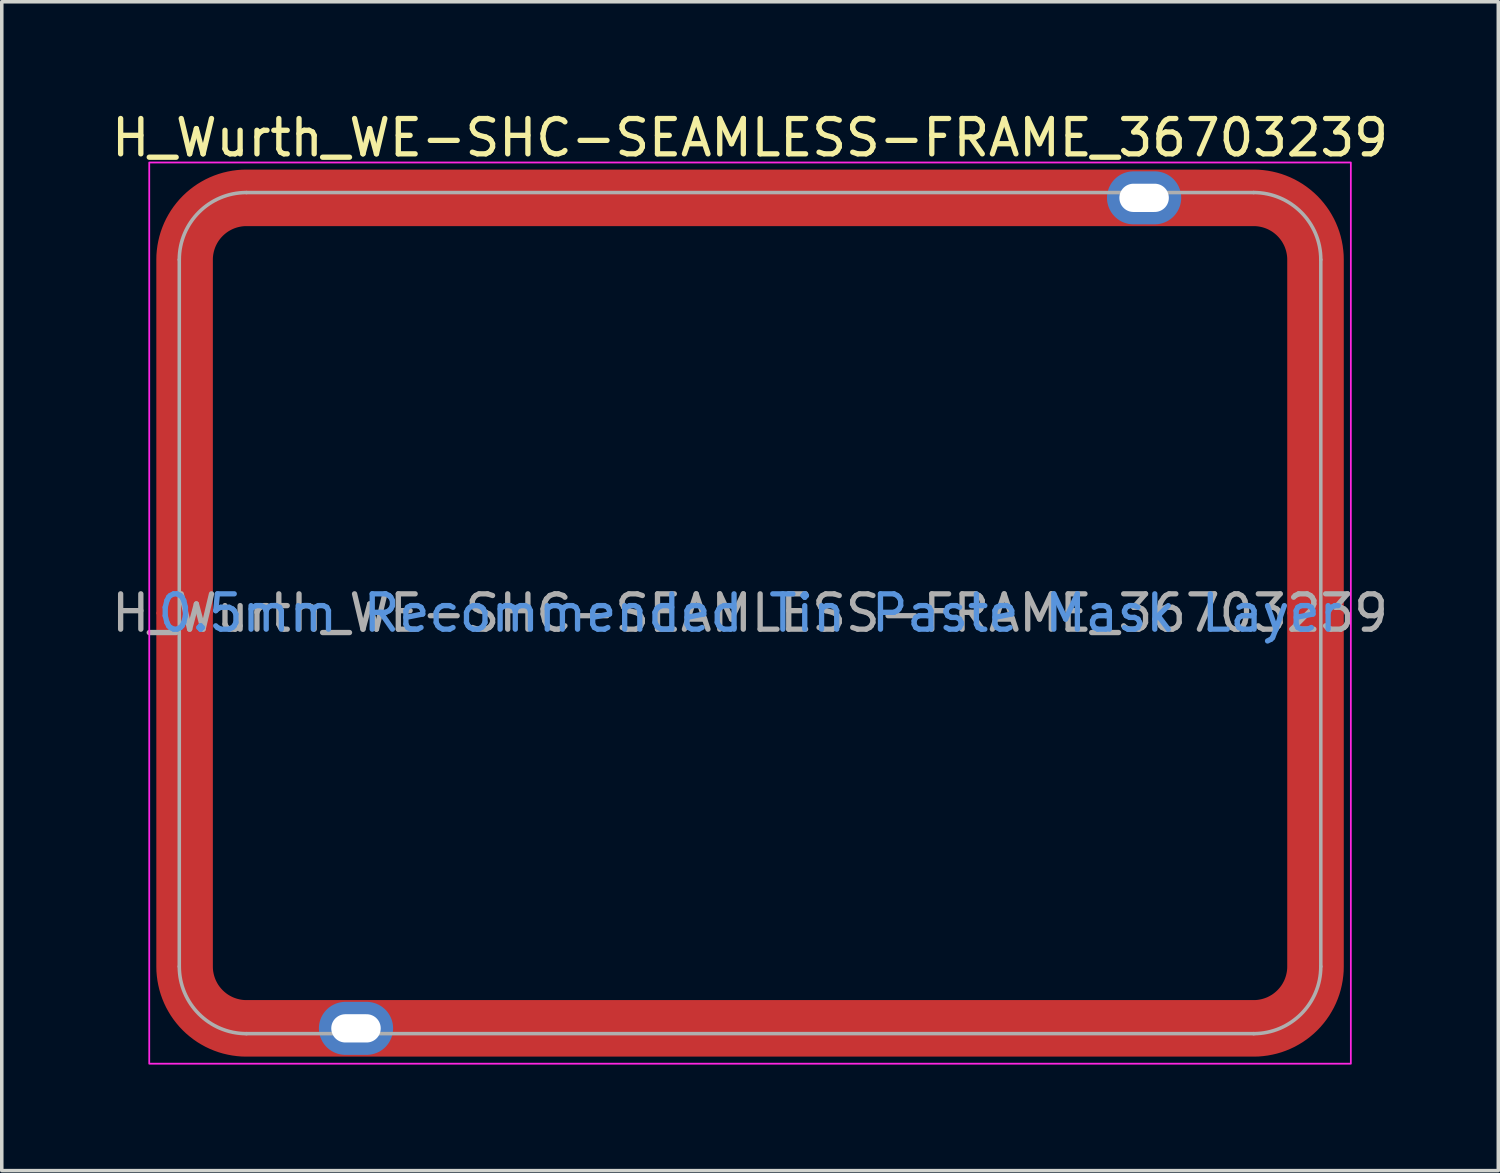
<source format=kicad_pcb>
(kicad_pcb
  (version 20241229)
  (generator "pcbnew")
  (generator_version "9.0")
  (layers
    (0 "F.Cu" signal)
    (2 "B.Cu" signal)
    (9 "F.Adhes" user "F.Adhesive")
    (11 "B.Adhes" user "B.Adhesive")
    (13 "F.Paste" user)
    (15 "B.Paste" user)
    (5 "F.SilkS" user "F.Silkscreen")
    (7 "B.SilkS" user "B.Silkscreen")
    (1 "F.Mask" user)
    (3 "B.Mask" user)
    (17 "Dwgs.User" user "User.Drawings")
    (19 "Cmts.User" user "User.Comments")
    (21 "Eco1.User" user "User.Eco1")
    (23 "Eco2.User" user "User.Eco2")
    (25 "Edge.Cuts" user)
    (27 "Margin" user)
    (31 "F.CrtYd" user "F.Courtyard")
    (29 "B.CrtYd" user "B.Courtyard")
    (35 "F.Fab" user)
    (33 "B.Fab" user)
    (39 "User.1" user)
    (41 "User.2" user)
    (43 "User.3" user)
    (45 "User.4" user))
  (footprint "H_Wurth_WE-SHC-SEAMLESS-FRAME_36703239"
    (layer "F.Cu")
    (at 18.173 14.298)
    (property "Reference" "H_Wurth_WE-SHC-SEAMLESS-FRAME_36703239" (at 0 -13.45 0) (unlocked yes) (layer "F.SilkS") (effects (font (size 1 1) (thickness 0.15))))
    (attr smd)
    (fp_poly (pts (xy -15.25 0.004) (xy -16.75 0.004) (xy -16.75 -10) (xy -16.747 -10.131) (xy -16.736 -10.261) (xy -16.719 -10.391) (xy -16.695 -10.52) (xy -16.665 -10.647) (xy -16.628 -10.773) (xy -16.584 -10.896) (xy -16.534 -11.017) (xy -16.478 -11.135) (xy -16.415 -11.25) (xy -16.347 -11.362) (xy -16.273 -11.469) (xy -16.193 -11.573) (xy -16.108 -11.673) (xy -16.018 -11.768) (xy -15.923 -11.858) (xy -15.823 -11.943) (xy -15.719 -12.023) (xy -15.612 -12.097) (xy -15.5 -12.165) (xy -15.385 -12.228) (xy -15.267 -12.284) (xy -15.146 -12.334) (xy -15.023 -12.378) (xy -14.897 -12.415) (xy -14.77 -12.445) (xy -14.641 -12.469) (xy -14.511 -12.486) (xy -14.381 -12.497) (xy -14.25 -12.5) (xy 14.25 -12.5) (xy 14.381 -12.497) (xy 14.511 -12.486) (xy 14.641 -12.469) (xy 14.77 -12.445) (xy 14.897 -12.415) (xy 15.023 -12.378) (xy 15.146 -12.334) (xy 15.267 -12.284) (xy 15.385 -12.228) (xy 15.5 -12.165) (xy 15.612 -12.097) (xy 15.719 -12.023) (xy 15.823 -11.943) (xy 15.923 -11.858) (xy 16.018 -11.768) (xy 16.108 -11.673) (xy 16.193 -11.573) (xy 16.273 -11.469) (xy 16.347 -11.362) (xy 16.415 -11.25) (xy 16.478 -11.135) (xy 16.534 -11.017) (xy 16.584 -10.896) (xy 16.628 -10.773) (xy 16.665 -10.647) (xy 16.695 -10.52) (xy 16.719 -10.391) (xy 16.736 -10.261) (xy 16.747 -10.131) (xy 16.75 -10) (xy 16.75 0.004) (xy 15.25 0.004) (xy 15.25 -10) (xy 15.249 -10.052) (xy 15.245 -10.105) (xy 15.238 -10.156) (xy 15.228 -10.208) (xy 15.216 -10.259) (xy 15.201 -10.309) (xy 15.184 -10.358) (xy 15.164 -10.407) (xy 15.141 -10.454) (xy 15.116 -10.5) (xy 15.089 -10.545) (xy 15.059 -10.588) (xy 15.027 -10.629) (xy 14.993 -10.669) (xy 14.957 -10.707) (xy 14.919 -10.743) (xy 14.879 -10.777) (xy 14.838 -10.809) (xy 14.795 -10.839) (xy 14.75 -10.866) (xy 14.704 -10.891) (xy 14.657 -10.914) (xy 14.608 -10.934) (xy 14.559 -10.951) (xy 14.509 -10.966) (xy 14.458 -10.978) (xy 14.406 -10.988) (xy 14.355 -10.995) (xy 14.302 -10.999) (xy 14.25 -11) (xy -14.25 -11) (xy -14.302 -10.999) (xy -14.355 -10.995) (xy -14.406 -10.988) (xy -14.458 -10.978) (xy -14.509 -10.966) (xy -14.559 -10.951) (xy -14.608 -10.934) (xy -14.657 -10.914) (xy -14.704 -10.891) (xy -14.75 -10.866) (xy -14.795 -10.839) (xy -14.838 -10.809) (xy -14.879 -10.777) (xy -14.919 -10.743) (xy -14.957 -10.707) (xy -14.993 -10.669) (xy -15.027 -10.629) (xy -15.059 -10.588) (xy -15.089 -10.545) (xy -15.116 -10.5) (xy -15.141 -10.454) (xy -15.164 -10.407) (xy -15.184 -10.358) (xy -15.201 -10.309) (xy -15.216 -10.259) (xy -15.228 -10.208) (xy -15.238 -10.156) (xy -15.245 -10.105) (xy -15.249 -10.052) (xy -15.25 -10) (xy -15.25 -0.25)) (stroke (width 0.1) (type solid)) (fill yes) (layer "F.Cu"))
    (fp_poly (pts (xy 15.25 -0.004) (xy 16.75 -0.004) (xy 16.75 10) (xy 16.747 10.131) (xy 16.736 10.261) (xy 16.719 10.391) (xy 16.695 10.52) (xy 16.665 10.647) (xy 16.628 10.773) (xy 16.584 10.896) (xy 16.534 11.017) (xy 16.478 11.135) (xy 16.415 11.25) (xy 16.347 11.362) (xy 16.273 11.469) (xy 16.193 11.573) (xy 16.108 11.673) (xy 16.018 11.768) (xy 15.923 11.858) (xy 15.823 11.943) (xy 15.719 12.023) (xy 15.612 12.097) (xy 15.5 12.165) (xy 15.385 12.228) (xy 15.267 12.284) (xy 15.146 12.334) (xy 15.023 12.378) (xy 14.897 12.415) (xy 14.77 12.445) (xy 14.641 12.469) (xy 14.511 12.486) (xy 14.381 12.497) (xy 14.25 12.5) (xy -14.25 12.5) (xy -14.381 12.497) (xy -14.511 12.486) (xy -14.641 12.469) (xy -14.77 12.445) (xy -14.897 12.415) (xy -15.023 12.378) (xy -15.146 12.334) (xy -15.267 12.284) (xy -15.385 12.228) (xy -15.5 12.165) (xy -15.612 12.097) (xy -15.719 12.023) (xy -15.823 11.943) (xy -15.923 11.858) (xy -16.018 11.768) (xy -16.108 11.673) (xy -16.193 11.573) (xy -16.273 11.469) (xy -16.347 11.362) (xy -16.415 11.25) (xy -16.478 11.135) (xy -16.534 11.017) (xy -16.584 10.896) (xy -16.628 10.773) (xy -16.665 10.647) (xy -16.695 10.52) (xy -16.719 10.391) (xy -16.736 10.261) (xy -16.747 10.131) (xy -16.75 10) (xy -16.75 -0.004) (xy -15.25 -0.004) (xy -15.25 10) (xy -15.249 10.052) (xy -15.245 10.105) (xy -15.238 10.156) (xy -15.228 10.208) (xy -15.216 10.259) (xy -15.201 10.309) (xy -15.184 10.358) (xy -15.164 10.407) (xy -15.141 10.454) (xy -15.116 10.5) (xy -15.089 10.545) (xy -15.059 10.588) (xy -15.027 10.629) (xy -14.993 10.669) (xy -14.957 10.707) (xy -14.919 10.743) (xy -14.879 10.777) (xy -14.838 10.809) (xy -14.795 10.839) (xy -14.75 10.866) (xy -14.704 10.891) (xy -14.657 10.914) (xy -14.608 10.934) (xy -14.559 10.951) (xy -14.509 10.966) (xy -14.458 10.978) (xy -14.406 10.988) (xy -14.355 10.995) (xy -14.302 10.999) (xy -14.25 11) (xy 14.25 11) (xy 14.302 10.999) (xy 14.355 10.995) (xy 14.406 10.988) (xy 14.458 10.978) (xy 14.509 10.966) (xy 14.559 10.951) (xy 14.608 10.934) (xy 14.657 10.914) (xy 14.704 10.891) (xy 14.75 10.866) (xy 14.795 10.839) (xy 14.838 10.809) (xy 14.879 10.777) (xy 14.919 10.743) (xy 14.957 10.707) (xy 14.993 10.669) (xy 15.027 10.629) (xy 15.059 10.588) (xy 15.089 10.545) (xy 15.116 10.5) (xy 15.141 10.454) (xy 15.164 10.407) (xy 15.184 10.358) (xy 15.201 10.309) (xy 15.216 10.259) (xy 15.228 10.208) (xy 15.238 10.156) (xy 15.245 10.105) (xy 15.249 10.052) (xy 15.25 10) (xy 15.25 0.25)) (stroke (width 0.1) (type solid)) (fill yes) (layer "F.Cu"))
    (fp_poly (pts (xy -15.25 0.004) (xy -16.75 0.004) (xy -16.75 -10) (xy -16.747 -10.131) (xy -16.736 -10.261) (xy -16.719 -10.391) (xy -16.695 -10.52) (xy -16.665 -10.647) (xy -16.628 -10.773) (xy -16.584 -10.896) (xy -16.534 -11.017) (xy -16.478 -11.135) (xy -16.415 -11.25) (xy -16.347 -11.362) (xy -16.273 -11.469) (xy -16.193 -11.573) (xy -16.108 -11.673) (xy -16.018 -11.768) (xy -15.923 -11.858) (xy -15.823 -11.943) (xy -15.719 -12.023) (xy -15.612 -12.097) (xy -15.5 -12.165) (xy -15.385 -12.228) (xy -15.267 -12.284) (xy -15.146 -12.334) (xy -15.023 -12.378) (xy -14.897 -12.415) (xy -14.77 -12.445) (xy -14.641 -12.469) (xy -14.511 -12.486) (xy -14.381 -12.497) (xy -14.25 -12.5) (xy 14.25 -12.5) (xy 14.381 -12.497) (xy 14.511 -12.486) (xy 14.641 -12.469) (xy 14.77 -12.445) (xy 14.897 -12.415) (xy 15.023 -12.378) (xy 15.146 -12.334) (xy 15.267 -12.284) (xy 15.385 -12.228) (xy 15.5 -12.165) (xy 15.612 -12.097) (xy 15.719 -12.023) (xy 15.823 -11.943) (xy 15.923 -11.858) (xy 16.018 -11.768) (xy 16.108 -11.673) (xy 16.193 -11.573) (xy 16.273 -11.469) (xy 16.347 -11.362) (xy 16.415 -11.25) (xy 16.478 -11.135) (xy 16.534 -11.017) (xy 16.584 -10.896) (xy 16.628 -10.773) (xy 16.665 -10.647) (xy 16.695 -10.52) (xy 16.719 -10.391) (xy 16.736 -10.261) (xy 16.747 -10.131) (xy 16.75 -10) (xy 16.75 0.004) (xy 15.25 0.004) (xy 15.25 -10) (xy 15.249 -10.052) (xy 15.245 -10.105) (xy 15.238 -10.156) (xy 15.228 -10.208) (xy 15.216 -10.259) (xy 15.201 -10.309) (xy 15.184 -10.358) (xy 15.164 -10.407) (xy 15.141 -10.454) (xy 15.116 -10.5) (xy 15.089 -10.545) (xy 15.059 -10.588) (xy 15.027 -10.629) (xy 14.993 -10.669) (xy 14.957 -10.707) (xy 14.919 -10.743) (xy 14.879 -10.777) (xy 14.838 -10.809) (xy 14.795 -10.839) (xy 14.75 -10.866) (xy 14.704 -10.891) (xy 14.657 -10.914) (xy 14.608 -10.934) (xy 14.559 -10.951) (xy 14.509 -10.966) (xy 14.458 -10.978) (xy 14.406 -10.988) (xy 14.355 -10.995) (xy 14.302 -10.999) (xy 14.25 -11) (xy -14.25 -11) (xy -14.302 -10.999) (xy -14.355 -10.995) (xy -14.406 -10.988) (xy -14.458 -10.978) (xy -14.509 -10.966) (xy -14.559 -10.951) (xy -14.608 -10.934) (xy -14.657 -10.914) (xy -14.704 -10.891) (xy -14.75 -10.866) (xy -14.795 -10.839) (xy -14.838 -10.809) (xy -14.879 -10.777) (xy -14.919 -10.743) (xy -14.957 -10.707) (xy -14.993 -10.669) (xy -15.027 -10.629) (xy -15.059 -10.588) (xy -15.089 -10.545) (xy -15.116 -10.5) (xy -15.141 -10.454) (xy -15.164 -10.407) (xy -15.184 -10.358) (xy -15.201 -10.309) (xy -15.216 -10.259) (xy -15.228 -10.208) (xy -15.238 -10.156) (xy -15.245 -10.105) (xy -15.249 -10.052) (xy -15.25 -10) (xy -15.25 -0.25)) (stroke (width 0.1) (type solid)) (fill yes) (layer "F.Mask"))
    (fp_poly (pts (xy 15.25 -0.004) (xy 16.75 -0.004) (xy 16.75 10) (xy 16.747 10.131) (xy 16.736 10.261) (xy 16.719 10.391) (xy 16.695 10.52) (xy 16.665 10.647) (xy 16.628 10.773) (xy 16.584 10.896) (xy 16.534 11.017) (xy 16.478 11.135) (xy 16.415 11.25) (xy 16.347 11.362) (xy 16.273 11.469) (xy 16.193 11.573) (xy 16.108 11.673) (xy 16.018 11.768) (xy 15.923 11.858) (xy 15.823 11.943) (xy 15.719 12.023) (xy 15.612 12.097) (xy 15.5 12.165) (xy 15.385 12.228) (xy 15.267 12.284) (xy 15.146 12.334) (xy 15.023 12.378) (xy 14.897 12.415) (xy 14.77 12.445) (xy 14.641 12.469) (xy 14.511 12.486) (xy 14.381 12.497) (xy 14.25 12.5) (xy -14.25 12.5) (xy -14.381 12.497) (xy -14.511 12.486) (xy -14.641 12.469) (xy -14.77 12.445) (xy -14.897 12.415) (xy -15.023 12.378) (xy -15.146 12.334) (xy -15.267 12.284) (xy -15.385 12.228) (xy -15.5 12.165) (xy -15.612 12.097) (xy -15.719 12.023) (xy -15.823 11.943) (xy -15.923 11.858) (xy -16.018 11.768) (xy -16.108 11.673) (xy -16.193 11.573) (xy -16.273 11.469) (xy -16.347 11.362) (xy -16.415 11.25) (xy -16.478 11.135) (xy -16.534 11.017) (xy -16.584 10.896) (xy -16.628 10.773) (xy -16.665 10.647) (xy -16.695 10.52) (xy -16.719 10.391) (xy -16.736 10.261) (xy -16.747 10.131) (xy -16.75 10) (xy -16.75 -0.004) (xy -15.25 -0.004) (xy -15.25 10) (xy -15.249 10.052) (xy -15.245 10.105) (xy -15.238 10.156) (xy -15.228 10.208) (xy -15.216 10.259) (xy -15.201 10.309) (xy -15.184 10.358) (xy -15.164 10.407) (xy -15.141 10.454) (xy -15.116 10.5) (xy -15.089 10.545) (xy -15.059 10.588) (xy -15.027 10.629) (xy -14.993 10.669) (xy -14.957 10.707) (xy -14.919 10.743) (xy -14.879 10.777) (xy -14.838 10.809) (xy -14.795 10.839) (xy -14.75 10.866) (xy -14.704 10.891) (xy -14.657 10.914) (xy -14.608 10.934) (xy -14.559 10.951) (xy -14.509 10.966) (xy -14.458 10.978) (xy -14.406 10.988) (xy -14.355 10.995) (xy -14.302 10.999) (xy -14.25 11) (xy 14.25 11) (xy 14.302 10.999) (xy 14.355 10.995) (xy 14.406 10.988) (xy 14.458 10.978) (xy 14.509 10.966) (xy 14.559 10.951) (xy 14.608 10.934) (xy 14.657 10.914) (xy 14.704 10.891) (xy 14.75 10.866) (xy 14.795 10.839) (xy 14.838 10.809) (xy 14.879 10.777) (xy 14.919 10.743) (xy 14.957 10.707) (xy 14.993 10.669) (xy 15.027 10.629) (xy 15.059 10.588) (xy 15.089 10.545) (xy 15.116 10.5) (xy 15.141 10.454) (xy 15.164 10.407) (xy 15.184 10.358) (xy 15.201 10.309) (xy 15.216 10.259) (xy 15.228 10.208) (xy 15.238 10.156) (xy 15.245 10.105) (xy 15.249 10.052) (xy 15.25 10) (xy 15.25 0.25)) (stroke (width 0.1) (type solid)) (fill yes) (layer "F.Mask"))
    (fp_poly (pts (xy -15.25 0.004) (xy -16.75 0.004) (xy -16.75 -10) (xy -16.747 -10.131) (xy -16.736 -10.261) (xy -16.719 -10.391) (xy -16.695 -10.52) (xy -16.665 -10.647) (xy -16.628 -10.773) (xy -16.584 -10.896) (xy -16.534 -11.017) (xy -16.478 -11.135) (xy -16.415 -11.25) (xy -16.347 -11.362) (xy -16.273 -11.469) (xy -16.193 -11.573) (xy -16.108 -11.673) (xy -16.018 -11.768) (xy -15.923 -11.858) (xy -15.823 -11.943) (xy -15.719 -12.023) (xy -15.612 -12.097) (xy -15.5 -12.165) (xy -15.385 -12.228) (xy -15.267 -12.284) (xy -15.146 -12.334) (xy -15.023 -12.378) (xy -14.897 -12.415) (xy -14.77 -12.445) (xy -14.641 -12.469) (xy -14.511 -12.486) (xy -14.381 -12.497) (xy -14.25 -12.5) (xy 14.25 -12.5) (xy 14.381 -12.497) (xy 14.511 -12.486) (xy 14.641 -12.469) (xy 14.77 -12.445) (xy 14.897 -12.415) (xy 15.023 -12.378) (xy 15.146 -12.334) (xy 15.267 -12.284) (xy 15.385 -12.228) (xy 15.5 -12.165) (xy 15.612 -12.097) (xy 15.719 -12.023) (xy 15.823 -11.943) (xy 15.923 -11.858) (xy 16.018 -11.768) (xy 16.108 -11.673) (xy 16.193 -11.573) (xy 16.273 -11.469) (xy 16.347 -11.362) (xy 16.415 -11.25) (xy 16.478 -11.135) (xy 16.534 -11.017) (xy 16.584 -10.896) (xy 16.628 -10.773) (xy 16.665 -10.647) (xy 16.695 -10.52) (xy 16.719 -10.391) (xy 16.736 -10.261) (xy 16.747 -10.131) (xy 16.75 -10) (xy 16.75 0.004) (xy 15.25 0.004) (xy 15.25 -10) (xy 15.249 -10.052) (xy 15.245 -10.105) (xy 15.238 -10.156) (xy 15.228 -10.208) (xy 15.216 -10.259) (xy 15.201 -10.309) (xy 15.184 -10.358) (xy 15.164 -10.407) (xy 15.141 -10.454) (xy 15.116 -10.5) (xy 15.089 -10.545) (xy 15.059 -10.588) (xy 15.027 -10.629) (xy 14.993 -10.669) (xy 14.957 -10.707) (xy 14.919 -10.743) (xy 14.879 -10.777) (xy 14.838 -10.809) (xy 14.795 -10.839) (xy 14.75 -10.866) (xy 14.704 -10.891) (xy 14.657 -10.914) (xy 14.608 -10.934) (xy 14.559 -10.951) (xy 14.509 -10.966) (xy 14.458 -10.978) (xy 14.406 -10.988) (xy 14.355 -10.995) (xy 14.302 -10.999) (xy 14.25 -11) (xy -14.25 -11) (xy -14.302 -10.999) (xy -14.355 -10.995) (xy -14.406 -10.988) (xy -14.458 -10.978) (xy -14.509 -10.966) (xy -14.559 -10.951) (xy -14.608 -10.934) (xy -14.657 -10.914) (xy -14.704 -10.891) (xy -14.75 -10.866) (xy -14.795 -10.839) (xy -14.838 -10.809) (xy -14.879 -10.777) (xy -14.919 -10.743) (xy -14.957 -10.707) (xy -14.993 -10.669) (xy -15.027 -10.629) (xy -15.059 -10.588) (xy -15.089 -10.545) (xy -15.116 -10.5) (xy -15.141 -10.454) (xy -15.164 -10.407) (xy -15.184 -10.358) (xy -15.201 -10.309) (xy -15.216 -10.259) (xy -15.228 -10.208) (xy -15.238 -10.156) (xy -15.245 -10.105) (xy -15.249 -10.052) (xy -15.25 -10) (xy -15.25 -0.25)) (stroke (width 0.1) (type solid)) (fill yes) (layer "F.Paste"))
    (fp_poly (pts (xy 15.25 -0.004) (xy 16.75 -0.004) (xy 16.75 10) (xy 16.747 10.131) (xy 16.736 10.261) (xy 16.719 10.391) (xy 16.695 10.52) (xy 16.665 10.647) (xy 16.628 10.773) (xy 16.584 10.896) (xy 16.534 11.017) (xy 16.478 11.135) (xy 16.415 11.25) (xy 16.347 11.362) (xy 16.273 11.469) (xy 16.193 11.573) (xy 16.108 11.673) (xy 16.018 11.768) (xy 15.923 11.858) (xy 15.823 11.943) (xy 15.719 12.023) (xy 15.612 12.097) (xy 15.5 12.165) (xy 15.385 12.228) (xy 15.267 12.284) (xy 15.146 12.334) (xy 15.023 12.378) (xy 14.897 12.415) (xy 14.77 12.445) (xy 14.641 12.469) (xy 14.511 12.486) (xy 14.381 12.497) (xy 14.25 12.5) (xy -14.25 12.5) (xy -14.381 12.497) (xy -14.511 12.486) (xy -14.641 12.469) (xy -14.77 12.445) (xy -14.897 12.415) (xy -15.023 12.378) (xy -15.146 12.334) (xy -15.267 12.284) (xy -15.385 12.228) (xy -15.5 12.165) (xy -15.612 12.097) (xy -15.719 12.023) (xy -15.823 11.943) (xy -15.923 11.858) (xy -16.018 11.768) (xy -16.108 11.673) (xy -16.193 11.573) (xy -16.273 11.469) (xy -16.347 11.362) (xy -16.415 11.25) (xy -16.478 11.135) (xy -16.534 11.017) (xy -16.584 10.896) (xy -16.628 10.773) (xy -16.665 10.647) (xy -16.695 10.52) (xy -16.719 10.391) (xy -16.736 10.261) (xy -16.747 10.131) (xy -16.75 10) (xy -16.75 -0.004) (xy -15.25 -0.004) (xy -15.25 10) (xy -15.249 10.052) (xy -15.245 10.105) (xy -15.238 10.156) (xy -15.228 10.208) (xy -15.216 10.259) (xy -15.201 10.309) (xy -15.184 10.358) (xy -15.164 10.407) (xy -15.141 10.454) (xy -15.116 10.5) (xy -15.089 10.545) (xy -15.059 10.588) (xy -15.027 10.629) (xy -14.993 10.669) (xy -14.957 10.707) (xy -14.919 10.743) (xy -14.879 10.777) (xy -14.838 10.809) (xy -14.795 10.839) (xy -14.75 10.866) (xy -14.704 10.891) (xy -14.657 10.914) (xy -14.608 10.934) (xy -14.559 10.951) (xy -14.509 10.966) (xy -14.458 10.978) (xy -14.406 10.988) (xy -14.355 10.995) (xy -14.302 10.999) (xy -14.25 11) (xy 14.25 11) (xy 14.302 10.999) (xy 14.355 10.995) (xy 14.406 10.988) (xy 14.458 10.978) (xy 14.509 10.966) (xy 14.559 10.951) (xy 14.608 10.934) (xy 14.657 10.914) (xy 14.704 10.891) (xy 14.75 10.866) (xy 14.795 10.839) (xy 14.838 10.809) (xy 14.879 10.777) (xy 14.919 10.743) (xy 14.957 10.707) (xy 14.993 10.669) (xy 15.027 10.629) (xy 15.059 10.588) (xy 15.089 10.545) (xy 15.116 10.5) (xy 15.141 10.454) (xy 15.164 10.407) (xy 15.184 10.358) (xy 15.201 10.309) (xy 15.216 10.259) (xy 15.228 10.208) (xy 15.238 10.156) (xy 15.245 10.105) (xy 15.249 10.052) (xy 15.25 10) (xy 15.25 0.25)) (stroke (width 0.1) (type solid)) (fill yes) (layer "F.Paste"))
    (fp_rect (start -17 -12.75) (end 17 12.75) (stroke (width 0.05) (type solid)) (fill no) (layer "F.CrtYd"))
    (fp_line (start -16.15 10) (end -16.15 -10) (stroke (width 0.1) (type solid)) (layer "F.Fab"))
    (fp_line (start -14.25 -11.9) (end 14.25 -11.9) (stroke (width 0.1) (type solid)) (layer "F.Fab"))
    (fp_line (start -14.25 11.9) (end 14.25 11.9) (stroke (width 0.1) (type solid)) (layer "F.Fab"))
    (fp_line (start 16.15 10) (end 16.15 -10) (stroke (width 0.1) (type solid)) (layer "F.Fab"))
    (fp_arc (start -16.15 -10) (mid -15.593503 -11.343502) (end -14.250001 -11.899999) (stroke (width 0.1) (type solid)) (layer "F.Fab"))
    (fp_arc (start -14.25 11.9) (mid -15.593502 11.343503) (end -16.149999 10.000001) (stroke (width 0.1) (type solid)) (layer "F.Fab"))
    (fp_arc (start 14.25 -11.9) (mid 15.593502 -11.343503) (end 16.149999 -10.000001) (stroke (width 0.1) (type solid)) (layer "F.Fab"))
    (fp_arc (start 16.15 10) (mid 15.593503 11.343502) (end 14.250001 11.899999) (stroke (width 0.1) (type solid)) (layer "F.Fab"))
    (fp_text user "0.5mm Recommended Tin Paste Mask Layer" (at 0 0 0) (unlocked yes) (layer "Cmts.User") (effects (font (size 1 1) (thickness 0.15))))
    (fp_text user "${REFERENCE}" (at 0 0 0) (unlocked yes) (layer "F.Fab") (effects (font (size 1 1) (thickness 0.15))))
    (pad "1" thru_hole oval (at -11.15 11.75) (size 2.1 1.5) (drill oval 1.4 0.8) (layers "*.Cu" "*.Mask"))
    (pad "1" thru_hole oval (at 11.15 -11.75) (size 2.1 1.5) (drill oval 1.4 0.8) (layers "*.Cu" "*.Mask")))
  (gr_rect
    (start -3 -3)
    (end 39.345 30.073)
    (stroke (width 0.1) (type default))
    (fill no)
    (layer "Edge.Cuts")))
</source>
